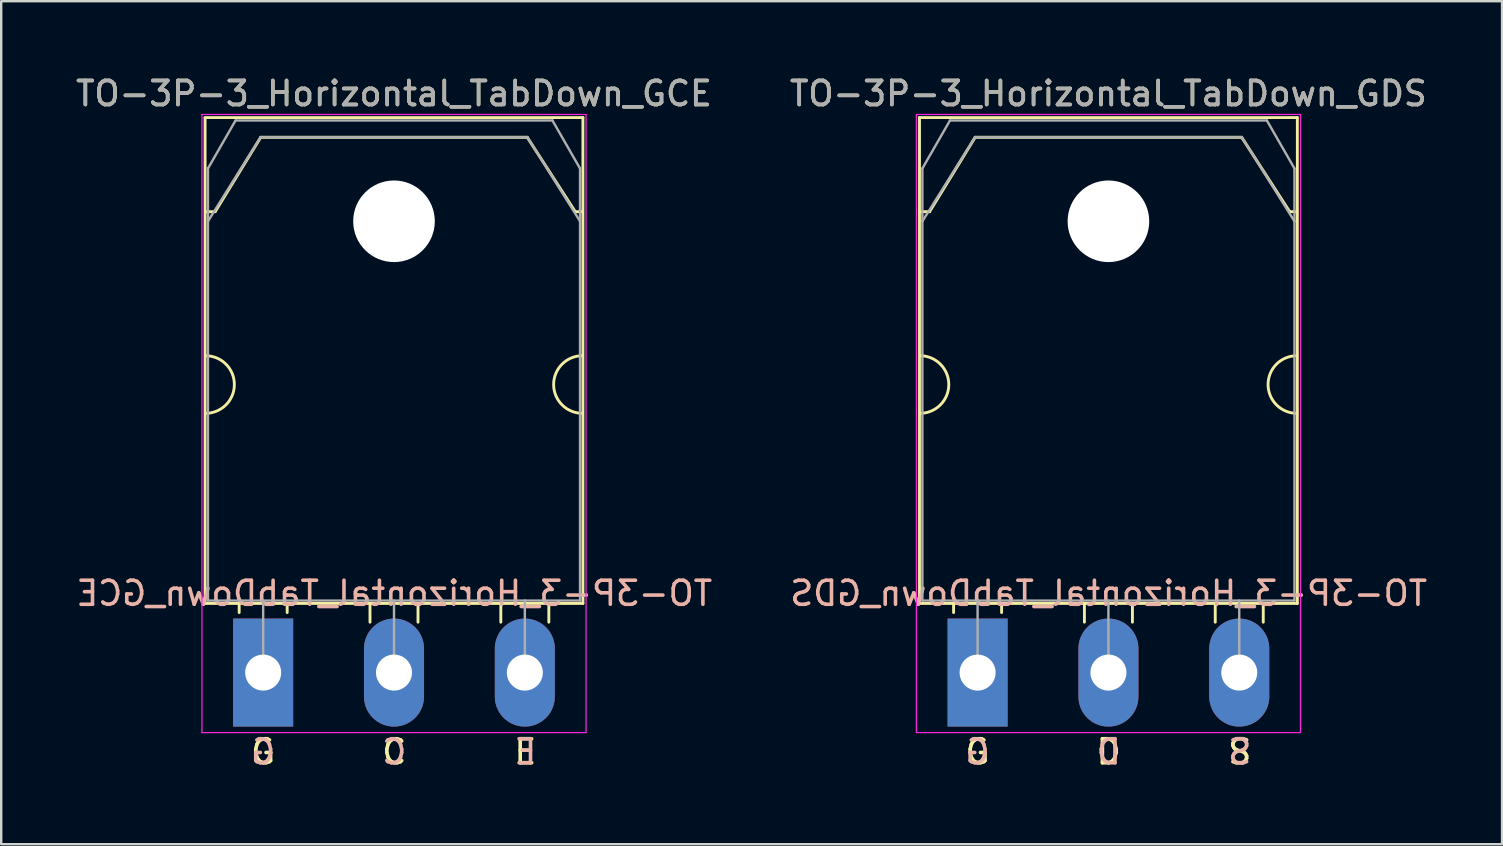
<source format=kicad_pcb>
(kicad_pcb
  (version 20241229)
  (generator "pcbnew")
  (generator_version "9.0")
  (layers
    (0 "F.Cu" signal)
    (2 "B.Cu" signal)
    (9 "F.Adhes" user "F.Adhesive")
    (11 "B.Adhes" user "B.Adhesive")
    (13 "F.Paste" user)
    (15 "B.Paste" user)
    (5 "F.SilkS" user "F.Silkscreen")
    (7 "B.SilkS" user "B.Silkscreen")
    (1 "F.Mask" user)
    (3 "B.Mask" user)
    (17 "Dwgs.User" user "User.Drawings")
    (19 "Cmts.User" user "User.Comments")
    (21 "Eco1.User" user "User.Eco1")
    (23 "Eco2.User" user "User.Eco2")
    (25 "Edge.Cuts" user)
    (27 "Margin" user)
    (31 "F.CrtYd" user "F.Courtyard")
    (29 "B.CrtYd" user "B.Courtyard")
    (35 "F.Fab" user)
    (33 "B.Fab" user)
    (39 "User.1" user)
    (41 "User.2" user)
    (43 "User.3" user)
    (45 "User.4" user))
  (footprint "TO-3P-3_Horizontal_TabDown_GCE"
    (layer "F.Cu")
    (at 7.913 24.968)
    (property "Reference" "TO-3P-3_Horizontal_TabDown_GCE" (at 5.45 -24.12 0) (layer "F.SilkS") (effects (font (size 1 1) (thickness 0.15))))
    (fp_line (start -2.42 -23.12) (end -2.42 -2.88) (stroke (width 0.12) (type solid)) (layer "F.SilkS"))
    (fp_line (start -2.42 -23.12) (end 13.32 -23.12) (stroke (width 0.12) (type solid)) (layer "F.SilkS"))
    (fp_line (start -2.42 -2.88) (end 13.32 -2.88) (stroke (width 0.12) (type solid)) (layer "F.SilkS"))
    (fp_line (start -2 -19.2) (end -2.4 -19.2) (stroke (width 0.12) (type solid)) (layer "F.SilkS"))
    (fp_line (start -2 -19.2) (end -0.1 -22.3) (stroke (width 0.12) (type solid)) (layer "F.SilkS"))
    (fp_line (start -1 -2.85) (end -1 -2.5) (stroke (width 0.12) (type solid)) (layer "F.SilkS"))
    (fp_line (start -0.1 -22.3) (end 11 -22.3) (stroke (width 0.12) (type solid)) (layer "F.SilkS"))
    (fp_line (start 1 -2.85) (end 1 -2.5) (stroke (width 0.12) (type solid)) (layer "F.SilkS"))
    (fp_line (start 4.45 -2.85) (end 4.45 -2.1) (stroke (width 0.12) (type solid)) (layer "F.SilkS"))
    (fp_line (start 6.45 -2.85) (end 6.45 -2.1) (stroke (width 0.12) (type solid)) (layer "F.SilkS"))
    (fp_line (start 9.9 -2.85) (end 9.9 -2.1) (stroke (width 0.12) (type solid)) (layer "F.SilkS"))
    (fp_line (start 11 -22.3) (end 13 -19.2) (stroke (width 0.12) (type solid)) (layer "F.SilkS"))
    (fp_line (start 11.9 -2.85) (end 11.9 -2.1) (stroke (width 0.12) (type solid)) (layer "F.SilkS"))
    (fp_line (start 13 -19.2) (end 13.3 -19.2) (stroke (width 0.12) (type solid)) (layer "F.SilkS"))
    (fp_line (start 13.32 -23.12) (end 13.32 -2.88) (stroke (width 0.12) (type solid)) (layer "F.SilkS"))
    (fp_arc (start -2.4 -13.2) (mid -1.2 -12) (end -2.4 -10.8) (stroke (width 0.12) (type solid)) (layer "F.SilkS"))
    (fp_arc (start 13.3 -10.8) (mid 12.1 -12) (end 13.3 -13.2) (stroke (width 0.12) (type solid)) (layer "F.SilkS"))
    (fp_line (start -2.55 -23.25) (end -2.55 2.5) (stroke (width 0.05) (type solid)) (layer "F.CrtYd"))
    (fp_line (start -2.55 2.5) (end 13.45 2.5) (stroke (width 0.05) (type solid)) (layer "F.CrtYd"))
    (fp_line (start 13.45 -23.25) (end -2.55 -23.25) (stroke (width 0.05) (type solid)) (layer "F.CrtYd"))
    (fp_line (start 13.45 2.5) (end 13.45 -23.25) (stroke (width 0.05) (type solid)) (layer "F.CrtYd"))
    (fp_line (start -2.3 -21) (end -1.15 -23) (stroke (width 0.1) (type solid)) (layer "F.Fab"))
    (fp_line (start -2.3 -18.8) (end -2.3 -21) (stroke (width 0.1) (type solid)) (layer "F.Fab"))
    (fp_line (start -2.3 -18.8) (end -0.11 -22.3) (stroke (width 0.1) (type solid)) (layer "F.Fab"))
    (fp_line (start -2.3 -3) (end -2.3 -18.8) (stroke (width 0.1) (type solid)) (layer "F.Fab"))
    (fp_line (start -1.15 -23) (end 12.05 -23) (stroke (width 0.1) (type solid)) (layer "F.Fab"))
    (fp_line (start -0.11 -22.3) (end 11.01 -22.3) (stroke (width 0.1) (type solid)) (layer "F.Fab"))
    (fp_line (start 0 -3) (end 0 0) (stroke (width 0.1) (type solid)) (layer "F.Fab"))
    (fp_line (start 5.45 -3) (end 5.45 0) (stroke (width 0.1) (type solid)) (layer "F.Fab"))
    (fp_line (start 10.9 -3) (end 10.9 0) (stroke (width 0.1) (type solid)) (layer "F.Fab"))
    (fp_line (start 11.01 -22.3) (end 13.2 -18.8) (stroke (width 0.1) (type solid)) (layer "F.Fab"))
    (fp_line (start 12.05 -23) (end 13.2 -21) (stroke (width 0.1) (type solid)) (layer "F.Fab"))
    (fp_line (start 13.2 -21) (end 13.2 -18.8) (stroke (width 0.1) (type solid)) (layer "F.Fab"))
    (fp_line (start 13.2 -18.8) (end 13.2 -3) (stroke (width 0.1) (type solid)) (layer "F.Fab"))
    (fp_line (start 13.2 -3) (end -2.3 -3) (stroke (width 0.1) (type solid)) (layer "F.Fab"))
    (fp_circle (center 5.45 -18.8) (end 7.05 -18.8) (stroke (width 0.1) (type solid)) (fill no) (layer "F.Fab"))
    (fp_text user "G" (at 0 3.302 0) (layer "F.SilkS") (effects (font (size 1 1) (thickness 0.15))))
    (fp_text user "C" (at 5.461 3.302 0) (layer "F.SilkS") (effects (font (size 1 1) (thickness 0.15))))
    (fp_text user "E" (at 10.922 3.302 0) (layer "F.SilkS") (effects (font (size 1 1) (thickness 0.15))))
    (fp_text user "${REFERENCE}" (at 5.461 -3.302 0) (layer "B.SilkS") (effects (font (size 1 1) (thickness 0.15)) (justify mirror)))
    (fp_text user "C" (at 5.461 3.302 0) (layer "B.SilkS") (effects (font (size 1 1) (thickness 0.15)) (justify mirror)))
    (fp_text user "G" (at 0 3.302 0) (layer "B.SilkS") (effects (font (size 1 1) (thickness 0.15)) (justify mirror)))
    (fp_text user "E" (at 10.922 3.302 0) (layer "B.SilkS") (effects (font (size 1 1) (thickness 0.15)) (justify mirror)))
    (fp_text user "${REFERENCE}" (at 5.45 -24.12 0) (layer "F.Fab") (effects (font (size 1 1) (thickness 0.15))))
    (pad "" np_thru_hole oval (at 5.45 -18.8) (size 3.4 3.4) (drill 3.4) (layers "*.Cu" "*.Mask"))
    (pad "1" thru_hole rect (at 0 0) (size 2.5 4.5) (drill 1.5) (layers "*.Cu" "*.Mask"))
    (pad "2" thru_hole oval (at 5.45 0) (size 2.5 4.5) (drill 1.5) (layers "*.Cu" "*.Mask"))
    (pad "3" thru_hole oval (at 10.9 0) (size 2.5 4.5) (drill 1.5) (layers "*.Cu" "*.Mask")))
  (footprint "TO-3P-3_Horizontal_TabDown_GDS"
    (layer "F.Cu")
    (at 37.674 24.968)
    (property "Reference" "TO-3P-3_Horizontal_TabDown_GDS" (at 5.45 -24.12 0) (layer "F.SilkS") (effects (font (size 1 1) (thickness 0.15))))
    (fp_line (start -2.42 -23.12) (end -2.42 -2.88) (stroke (width 0.12) (type solid)) (layer "F.SilkS"))
    (fp_line (start -2.42 -23.12) (end 13.32 -23.12) (stroke (width 0.12) (type solid)) (layer "F.SilkS"))
    (fp_line (start -2.42 -2.88) (end 13.32 -2.88) (stroke (width 0.12) (type solid)) (layer "F.SilkS"))
    (fp_line (start -2 -19.2) (end -2.4 -19.2) (stroke (width 0.12) (type solid)) (layer "F.SilkS"))
    (fp_line (start -2 -19.2) (end -0.1 -22.3) (stroke (width 0.12) (type solid)) (layer "F.SilkS"))
    (fp_line (start -1 -2.85) (end -1 -2.5) (stroke (width 0.12) (type solid)) (layer "F.SilkS"))
    (fp_line (start -0.1 -22.3) (end 11 -22.3) (stroke (width 0.12) (type solid)) (layer "F.SilkS"))
    (fp_line (start 1 -2.85) (end 1 -2.5) (stroke (width 0.12) (type solid)) (layer "F.SilkS"))
    (fp_line (start 4.45 -2.85) (end 4.45 -2.1) (stroke (width 0.12) (type solid)) (layer "F.SilkS"))
    (fp_line (start 6.45 -2.85) (end 6.45 -2.1) (stroke (width 0.12) (type solid)) (layer "F.SilkS"))
    (fp_line (start 9.9 -2.85) (end 9.9 -2.1) (stroke (width 0.12) (type solid)) (layer "F.SilkS"))
    (fp_line (start 11 -22.3) (end 13 -19.2) (stroke (width 0.12) (type solid)) (layer "F.SilkS"))
    (fp_line (start 11.9 -2.85) (end 11.9 -2.1) (stroke (width 0.12) (type solid)) (layer "F.SilkS"))
    (fp_line (start 13 -19.2) (end 13.3 -19.2) (stroke (width 0.12) (type solid)) (layer "F.SilkS"))
    (fp_line (start 13.32 -23.12) (end 13.32 -2.88) (stroke (width 0.12) (type solid)) (layer "F.SilkS"))
    (fp_arc (start -2.4 -13.2) (mid -1.2 -12) (end -2.4 -10.8) (stroke (width 0.12) (type solid)) (layer "F.SilkS"))
    (fp_arc (start 13.3 -10.8) (mid 12.1 -12) (end 13.3 -13.2) (stroke (width 0.12) (type solid)) (layer "F.SilkS"))
    (fp_line (start -2.55 -23.25) (end -2.55 2.5) (stroke (width 0.05) (type solid)) (layer "F.CrtYd"))
    (fp_line (start -2.55 2.5) (end 13.45 2.5) (stroke (width 0.05) (type solid)) (layer "F.CrtYd"))
    (fp_line (start 13.45 -23.25) (end -2.55 -23.25) (stroke (width 0.05) (type solid)) (layer "F.CrtYd"))
    (fp_line (start 13.45 2.5) (end 13.45 -23.25) (stroke (width 0.05) (type solid)) (layer "F.CrtYd"))
    (fp_line (start -2.3 -21) (end -1.15 -23) (stroke (width 0.1) (type solid)) (layer "F.Fab"))
    (fp_line (start -2.3 -18.8) (end -2.3 -21) (stroke (width 0.1) (type solid)) (layer "F.Fab"))
    (fp_line (start -2.3 -18.8) (end -0.11 -22.3) (stroke (width 0.1) (type solid)) (layer "F.Fab"))
    (fp_line (start -2.3 -3) (end -2.3 -18.8) (stroke (width 0.1) (type solid)) (layer "F.Fab"))
    (fp_line (start -1.15 -23) (end 12.05 -23) (stroke (width 0.1) (type solid)) (layer "F.Fab"))
    (fp_line (start -0.11 -22.3) (end 11.01 -22.3) (stroke (width 0.1) (type solid)) (layer "F.Fab"))
    (fp_line (start 0 -3) (end 0 0) (stroke (width 0.1) (type solid)) (layer "F.Fab"))
    (fp_line (start 5.45 -3) (end 5.45 0) (stroke (width 0.1) (type solid)) (layer "F.Fab"))
    (fp_line (start 10.9 -3) (end 10.9 0) (stroke (width 0.1) (type solid)) (layer "F.Fab"))
    (fp_line (start 11.01 -22.3) (end 13.2 -18.8) (stroke (width 0.1) (type solid)) (layer "F.Fab"))
    (fp_line (start 12.05 -23) (end 13.2 -21) (stroke (width 0.1) (type solid)) (layer "F.Fab"))
    (fp_line (start 13.2 -21) (end 13.2 -18.8) (stroke (width 0.1) (type solid)) (layer "F.Fab"))
    (fp_line (start 13.2 -18.8) (end 13.2 -3) (stroke (width 0.1) (type solid)) (layer "F.Fab"))
    (fp_line (start 13.2 -3) (end -2.3 -3) (stroke (width 0.1) (type solid)) (layer "F.Fab"))
    (fp_circle (center 5.45 -18.8) (end 7.05 -18.8) (stroke (width 0.1) (type solid)) (fill no) (layer "F.Fab"))
    (fp_text user "G" (at 0 3.302 0) (layer "F.SilkS") (effects (font (size 1 1) (thickness 0.15))))
    (fp_text user "D" (at 5.461 3.302 0) (layer "F.SilkS") (effects (font (size 1 1) (thickness 0.15))))
    (fp_text user "S" (at 10.922 3.302 0) (layer "F.SilkS") (effects (font (size 1 1) (thickness 0.15))))
    (fp_text user "S" (at 10.922 3.302 0) (layer "B.SilkS") (effects (font (size 1 1) (thickness 0.15)) (justify mirror)))
    (fp_text user "D" (at 5.461 3.302 0) (layer "B.SilkS") (effects (font (size 1 1) (thickness 0.15)) (justify mirror)))
    (fp_text user "G" (at 0 3.302 0) (layer "B.SilkS") (effects (font (size 1 1) (thickness 0.15)) (justify mirror)))
    (fp_text user "${REFERENCE}" (at 5.461 -3.302 0) (layer "B.SilkS") (effects (font (size 1 1) (thickness 0.15)) (justify mirror)))
    (fp_text user "${REFERENCE}" (at 5.45 -24.12 0) (layer "F.Fab") (effects (font (size 1 1) (thickness 0.15))))
    (pad "" np_thru_hole oval (at 5.45 -18.8) (size 3.4 3.4) (drill 3.4) (layers "*.Cu" "*.Mask"))
    (pad "1" thru_hole rect (at 0 0) (size 2.5 4.5) (drill 1.5) (layers "*.Cu" "*.Mask"))
    (pad "2" thru_hole oval (at 5.45 0) (size 2.5 4.5) (drill 1.5) (layers "*.Cu" "*.Mask"))
    (pad "3" thru_hole oval (at 10.9 0) (size 2.5 4.5) (drill 1.5) (layers "*.Cu" "*.Mask")))
  (gr_rect
    (start -3 -3)
    (end 59.522 32.118)
    (stroke (width 0.1) (type default))
    (fill no)
    (layer "Edge.Cuts")))
</source>
